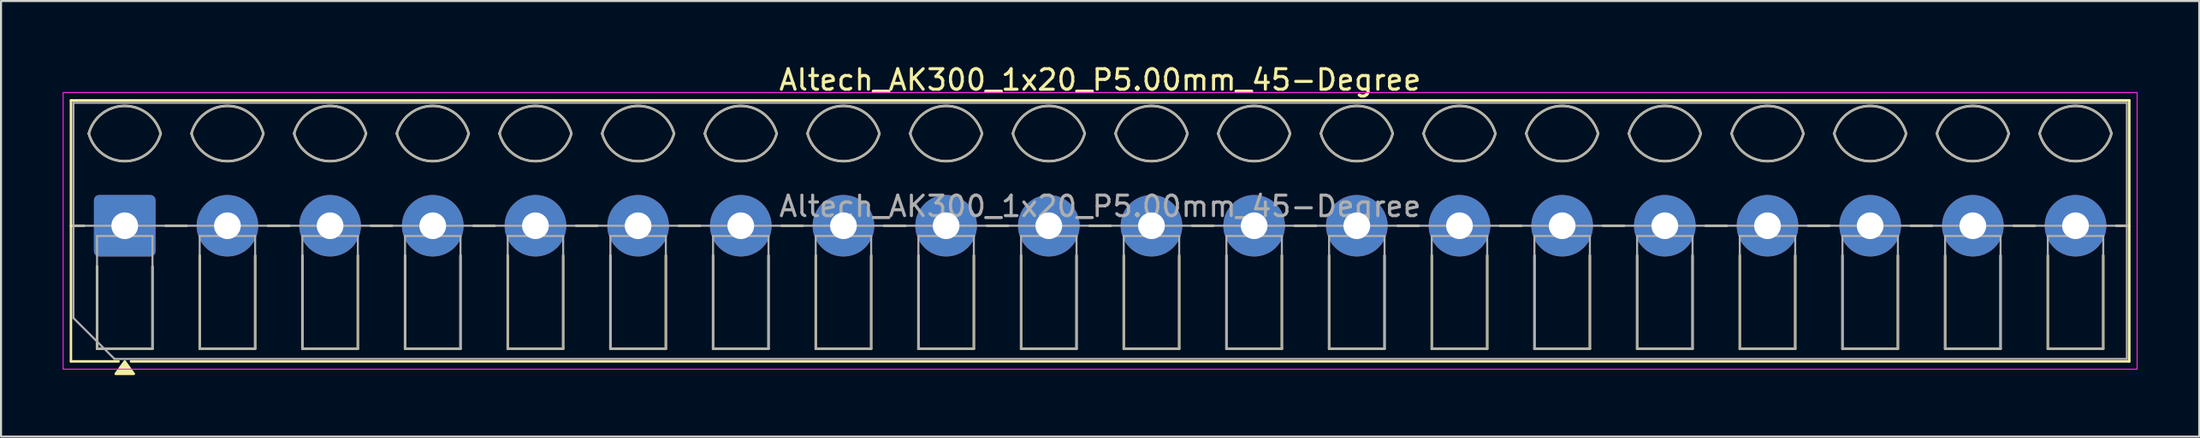
<source format=kicad_pcb>
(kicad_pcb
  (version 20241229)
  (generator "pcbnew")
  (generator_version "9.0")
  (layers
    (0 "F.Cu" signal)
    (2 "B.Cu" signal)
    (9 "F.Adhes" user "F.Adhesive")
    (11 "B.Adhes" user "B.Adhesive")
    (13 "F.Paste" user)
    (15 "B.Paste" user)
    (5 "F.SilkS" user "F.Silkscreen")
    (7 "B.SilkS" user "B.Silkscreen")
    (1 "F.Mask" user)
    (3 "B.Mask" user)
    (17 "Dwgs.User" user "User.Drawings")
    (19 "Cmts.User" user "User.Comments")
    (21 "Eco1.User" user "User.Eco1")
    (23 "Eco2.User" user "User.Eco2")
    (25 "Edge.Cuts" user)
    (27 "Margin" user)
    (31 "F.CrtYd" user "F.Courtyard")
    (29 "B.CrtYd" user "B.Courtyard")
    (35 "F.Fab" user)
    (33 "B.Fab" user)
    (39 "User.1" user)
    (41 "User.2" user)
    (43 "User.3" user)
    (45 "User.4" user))
  (footprint "Altech_AK300_1x20_P5.00mm_45-Degree"
    (layer "F.Cu")
    (at 3.025 7.968)
    (property "Reference" "Altech_AK300_1x20_P5.00mm_45-Degree" (at 47.5 -7.12 0) (layer "F.SilkS") (effects (font (size 1 1) (thickness 0.15))))
    (attr through_hole)
    (fp_line (start -2.62 -6.12) (end 97.62 -6.12) (stroke (width 0.12) (type solid)) (layer "F.SilkS"))
    (fp_line (start -2.62 0) (end -1.98 0) (stroke (width 0.12) (type solid)) (layer "F.SilkS"))
    (fp_line (start -2.62 6.62) (end -2.62 -6.12) (stroke (width 0.12) (type solid)) (layer "F.SilkS"))
    (fp_line (start -1.35 6) (end -1.35 1.98) (stroke (width 0.12) (type solid)) (layer "F.SilkS"))
    (fp_line (start -0.3 6.62) (end -2.62 6.62) (stroke (width 0.12) (type solid)) (layer "F.SilkS"))
    (fp_line (start 1.35 1.98) (end 1.35 6) (stroke (width 0.12) (type solid)) (layer "F.SilkS"))
    (fp_line (start 1.35 6) (end -1.35 6) (stroke (width 0.12) (type solid)) (layer "F.SilkS"))
    (fp_line (start 1.98 0) (end 3.02 0) (stroke (width 0.12) (type solid)) (layer "F.SilkS"))
    (fp_line (start 3.65 6) (end 3.65 1.448) (stroke (width 0.12) (type solid)) (layer "F.SilkS"))
    (fp_line (start 6.35 1.448) (end 6.35 6) (stroke (width 0.12) (type solid)) (layer "F.SilkS"))
    (fp_line (start 6.35 6) (end 3.65 6) (stroke (width 0.12) (type solid)) (layer "F.SilkS"))
    (fp_line (start 6.98 0) (end 8.02 0) (stroke (width 0.12) (type solid)) (layer "F.SilkS"))
    (fp_line (start 8.65 6) (end 8.65 1.448) (stroke (width 0.12) (type solid)) (layer "F.SilkS"))
    (fp_line (start 11.35 1.448) (end 11.35 6) (stroke (width 0.12) (type solid)) (layer "F.SilkS"))
    (fp_line (start 11.35 6) (end 8.65 6) (stroke (width 0.12) (type solid)) (layer "F.SilkS"))
    (fp_line (start 11.98 0) (end 13.02 0) (stroke (width 0.12) (type solid)) (layer "F.SilkS"))
    (fp_line (start 13.65 6) (end 13.65 1.448) (stroke (width 0.12) (type solid)) (layer "F.SilkS"))
    (fp_line (start 16.35 1.448) (end 16.35 6) (stroke (width 0.12) (type solid)) (layer "F.SilkS"))
    (fp_line (start 16.35 6) (end 13.65 6) (stroke (width 0.12) (type solid)) (layer "F.SilkS"))
    (fp_line (start 16.98 0) (end 18.02 0) (stroke (width 0.12) (type solid)) (layer "F.SilkS"))
    (fp_line (start 18.65 6) (end 18.65 1.448) (stroke (width 0.12) (type solid)) (layer "F.SilkS"))
    (fp_line (start 21.35 1.448) (end 21.35 6) (stroke (width 0.12) (type solid)) (layer "F.SilkS"))
    (fp_line (start 21.35 6) (end 18.65 6) (stroke (width 0.12) (type solid)) (layer "F.SilkS"))
    (fp_line (start 21.98 0) (end 23.02 0) (stroke (width 0.12) (type solid)) (layer "F.SilkS"))
    (fp_line (start 23.65 6) (end 23.65 1.448) (stroke (width 0.12) (type solid)) (layer "F.SilkS"))
    (fp_line (start 26.35 1.448) (end 26.35 6) (stroke (width 0.12) (type solid)) (layer "F.SilkS"))
    (fp_line (start 26.35 6) (end 23.65 6) (stroke (width 0.12) (type solid)) (layer "F.SilkS"))
    (fp_line (start 26.98 0) (end 28.02 0) (stroke (width 0.12) (type solid)) (layer "F.SilkS"))
    (fp_line (start 28.65 6) (end 28.65 1.448) (stroke (width 0.12) (type solid)) (layer "F.SilkS"))
    (fp_line (start 31.35 1.448) (end 31.35 6) (stroke (width 0.12) (type solid)) (layer "F.SilkS"))
    (fp_line (start 31.35 6) (end 28.65 6) (stroke (width 0.12) (type solid)) (layer "F.SilkS"))
    (fp_line (start 31.98 0) (end 33.02 0) (stroke (width 0.12) (type solid)) (layer "F.SilkS"))
    (fp_line (start 33.65 6) (end 33.65 1.448) (stroke (width 0.12) (type solid)) (layer "F.SilkS"))
    (fp_line (start 36.35 1.448) (end 36.35 6) (stroke (width 0.12) (type solid)) (layer "F.SilkS"))
    (fp_line (start 36.35 6) (end 33.65 6) (stroke (width 0.12) (type solid)) (layer "F.SilkS"))
    (fp_line (start 36.98 0) (end 38.02 0) (stroke (width 0.12) (type solid)) (layer "F.SilkS"))
    (fp_line (start 38.65 6) (end 38.65 1.448) (stroke (width 0.12) (type solid)) (layer "F.SilkS"))
    (fp_line (start 41.35 1.448) (end 41.35 6) (stroke (width 0.12) (type solid)) (layer "F.SilkS"))
    (fp_line (start 41.35 6) (end 38.65 6) (stroke (width 0.12) (type solid)) (layer "F.SilkS"))
    (fp_line (start 41.98 0) (end 43.02 0) (stroke (width 0.12) (type solid)) (layer "F.SilkS"))
    (fp_line (start 43.65 6) (end 43.65 1.448) (stroke (width 0.12) (type solid)) (layer "F.SilkS"))
    (fp_line (start 46.35 1.448) (end 46.35 6) (stroke (width 0.12) (type solid)) (layer "F.SilkS"))
    (fp_line (start 46.35 6) (end 43.65 6) (stroke (width 0.12) (type solid)) (layer "F.SilkS"))
    (fp_line (start 46.98 0) (end 48.02 0) (stroke (width 0.12) (type solid)) (layer "F.SilkS"))
    (fp_line (start 48.65 6) (end 48.65 1.448) (stroke (width 0.12) (type solid)) (layer "F.SilkS"))
    (fp_line (start 51.35 1.448) (end 51.35 6) (stroke (width 0.12) (type solid)) (layer "F.SilkS"))
    (fp_line (start 51.35 6) (end 48.65 6) (stroke (width 0.12) (type solid)) (layer "F.SilkS"))
    (fp_line (start 51.98 0) (end 53.02 0) (stroke (width 0.12) (type solid)) (layer "F.SilkS"))
    (fp_line (start 53.65 6) (end 53.65 1.448) (stroke (width 0.12) (type solid)) (layer "F.SilkS"))
    (fp_line (start 56.35 1.448) (end 56.35 6) (stroke (width 0.12) (type solid)) (layer "F.SilkS"))
    (fp_line (start 56.35 6) (end 53.65 6) (stroke (width 0.12) (type solid)) (layer "F.SilkS"))
    (fp_line (start 56.98 0) (end 58.02 0) (stroke (width 0.12) (type solid)) (layer "F.SilkS"))
    (fp_line (start 58.65 6) (end 58.65 1.448) (stroke (width 0.12) (type solid)) (layer "F.SilkS"))
    (fp_line (start 61.35 1.448) (end 61.35 6) (stroke (width 0.12) (type solid)) (layer "F.SilkS"))
    (fp_line (start 61.35 6) (end 58.65 6) (stroke (width 0.12) (type solid)) (layer "F.SilkS"))
    (fp_line (start 61.98 0) (end 63.02 0) (stroke (width 0.12) (type solid)) (layer "F.SilkS"))
    (fp_line (start 63.65 6) (end 63.65 1.448) (stroke (width 0.12) (type solid)) (layer "F.SilkS"))
    (fp_line (start 66.35 1.448) (end 66.35 6) (stroke (width 0.12) (type solid)) (layer "F.SilkS"))
    (fp_line (start 66.35 6) (end 63.65 6) (stroke (width 0.12) (type solid)) (layer "F.SilkS"))
    (fp_line (start 66.98 0) (end 68.02 0) (stroke (width 0.12) (type solid)) (layer "F.SilkS"))
    (fp_line (start 68.65 6) (end 68.65 1.448) (stroke (width 0.12) (type solid)) (layer "F.SilkS"))
    (fp_line (start 71.35 1.448) (end 71.35 6) (stroke (width 0.12) (type solid)) (layer "F.SilkS"))
    (fp_line (start 71.35 6) (end 68.65 6) (stroke (width 0.12) (type solid)) (layer "F.SilkS"))
    (fp_line (start 71.98 0) (end 73.02 0) (stroke (width 0.12) (type solid)) (layer "F.SilkS"))
    (fp_line (start 73.65 6) (end 73.65 1.448) (stroke (width 0.12) (type solid)) (layer "F.SilkS"))
    (fp_line (start 76.35 1.448) (end 76.35 6) (stroke (width 0.12) (type solid)) (layer "F.SilkS"))
    (fp_line (start 76.35 6) (end 73.65 6) (stroke (width 0.12) (type solid)) (layer "F.SilkS"))
    (fp_line (start 76.98 0) (end 78.02 0) (stroke (width 0.12) (type solid)) (layer "F.SilkS"))
    (fp_line (start 78.65 6) (end 78.65 1.448) (stroke (width 0.12) (type solid)) (layer "F.SilkS"))
    (fp_line (start 81.35 1.448) (end 81.35 6) (stroke (width 0.12) (type solid)) (layer "F.SilkS"))
    (fp_line (start 81.35 6) (end 78.65 6) (stroke (width 0.12) (type solid)) (layer "F.SilkS"))
    (fp_line (start 81.98 0) (end 83.02 0) (stroke (width 0.12) (type solid)) (layer "F.SilkS"))
    (fp_line (start 83.65 6) (end 83.65 1.448) (stroke (width 0.12) (type solid)) (layer "F.SilkS"))
    (fp_line (start 86.35 1.448) (end 86.35 6) (stroke (width 0.12) (type solid)) (layer "F.SilkS"))
    (fp_line (start 86.35 6) (end 83.65 6) (stroke (width 0.12) (type solid)) (layer "F.SilkS"))
    (fp_line (start 86.98 0) (end 88.02 0) (stroke (width 0.12) (type solid)) (layer "F.SilkS"))
    (fp_line (start 88.65 6) (end 88.65 1.448) (stroke (width 0.12) (type solid)) (layer "F.SilkS"))
    (fp_line (start 91.35 1.448) (end 91.35 6) (stroke (width 0.12) (type solid)) (layer "F.SilkS"))
    (fp_line (start 91.35 6) (end 88.65 6) (stroke (width 0.12) (type solid)) (layer "F.SilkS"))
    (fp_line (start 91.98 0) (end 93.02 0) (stroke (width 0.12) (type solid)) (layer "F.SilkS"))
    (fp_line (start 93.65 6) (end 93.65 1.448) (stroke (width 0.12) (type solid)) (layer "F.SilkS"))
    (fp_line (start 96.35 1.448) (end 96.35 6) (stroke (width 0.12) (type solid)) (layer "F.SilkS"))
    (fp_line (start 96.35 6) (end 93.65 6) (stroke (width 0.12) (type solid)) (layer "F.SilkS"))
    (fp_line (start 96.98 0) (end 97.62 0) (stroke (width 0.12) (type solid)) (layer "F.SilkS"))
    (fp_line (start 97.62 -6.12) (end 97.62 6.62) (stroke (width 0.12) (type solid)) (layer "F.SilkS"))
    (fp_line (start 97.62 6.62) (end 0.3 6.62) (stroke (width 0.12) (type solid)) (layer "F.SilkS"))
    (fp_arc (start -1.75 -4.5) (mid 0 -5.85) (end 1.75 -4.5) (stroke (width 0.12) (type solid)) (layer "F.SilkS"))
    (fp_arc (start 1.75 -4.5) (mid 0 -3.15) (end -1.75 -4.5) (stroke (width 0.12) (type solid)) (layer "F.SilkS"))
    (fp_arc (start 3.25 -4.5) (mid 5 -5.85) (end 6.75 -4.5) (stroke (width 0.12) (type solid)) (layer "F.SilkS"))
    (fp_arc (start 6.75 -4.5) (mid 5 -3.15) (end 3.25 -4.5) (stroke (width 0.12) (type solid)) (layer "F.SilkS"))
    (fp_arc (start 8.25 -4.5) (mid 10 -5.85) (end 11.75 -4.5) (stroke (width 0.12) (type solid)) (layer "F.SilkS"))
    (fp_arc (start 11.75 -4.5) (mid 10 -3.15) (end 8.25 -4.5) (stroke (width 0.12) (type solid)) (layer "F.SilkS"))
    (fp_arc (start 13.25 -4.5) (mid 15 -5.85) (end 16.75 -4.5) (stroke (width 0.12) (type solid)) (layer "F.SilkS"))
    (fp_arc (start 16.75 -4.5) (mid 15 -3.15) (end 13.25 -4.5) (stroke (width 0.12) (type solid)) (layer "F.SilkS"))
    (fp_arc (start 18.25 -4.5) (mid 20 -5.85) (end 21.75 -4.5) (stroke (width 0.12) (type solid)) (layer "F.SilkS"))
    (fp_arc (start 21.75 -4.5) (mid 20 -3.15) (end 18.25 -4.5) (stroke (width 0.12) (type solid)) (layer "F.SilkS"))
    (fp_arc (start 23.25 -4.5) (mid 25 -5.85) (end 26.75 -4.5) (stroke (width 0.12) (type solid)) (layer "F.SilkS"))
    (fp_arc (start 26.75 -4.5) (mid 25 -3.15) (end 23.25 -4.5) (stroke (width 0.12) (type solid)) (layer "F.SilkS"))
    (fp_arc (start 28.25 -4.5) (mid 30 -5.85) (end 31.75 -4.5) (stroke (width 0.12) (type solid)) (layer "F.SilkS"))
    (fp_arc (start 31.75 -4.5) (mid 30 -3.15) (end 28.25 -4.5) (stroke (width 0.12) (type solid)) (layer "F.SilkS"))
    (fp_arc (start 33.25 -4.5) (mid 35 -5.85) (end 36.75 -4.5) (stroke (width 0.12) (type solid)) (layer "F.SilkS"))
    (fp_arc (start 36.75 -4.5) (mid 35 -3.15) (end 33.25 -4.5) (stroke (width 0.12) (type solid)) (layer "F.SilkS"))
    (fp_arc (start 38.25 -4.5) (mid 40 -5.85) (end 41.75 -4.5) (stroke (width 0.12) (type solid)) (layer "F.SilkS"))
    (fp_arc (start 41.75 -4.5) (mid 40 -3.15) (end 38.25 -4.5) (stroke (width 0.12) (type solid)) (layer "F.SilkS"))
    (fp_arc (start 43.25 -4.5) (mid 45 -5.85) (end 46.75 -4.5) (stroke (width 0.12) (type solid)) (layer "F.SilkS"))
    (fp_arc (start 46.75 -4.5) (mid 45 -3.15) (end 43.25 -4.5) (stroke (width 0.12) (type solid)) (layer "F.SilkS"))
    (fp_arc (start 48.25 -4.5) (mid 50 -5.85) (end 51.75 -4.5) (stroke (width 0.12) (type solid)) (layer "F.SilkS"))
    (fp_arc (start 51.75 -4.5) (mid 50 -3.15) (end 48.25 -4.5) (stroke (width 0.12) (type solid)) (layer "F.SilkS"))
    (fp_arc (start 53.25 -4.5) (mid 55 -5.85) (end 56.75 -4.5) (stroke (width 0.12) (type solid)) (layer "F.SilkS"))
    (fp_arc (start 56.75 -4.5) (mid 55 -3.15) (end 53.25 -4.5) (stroke (width 0.12) (type solid)) (layer "F.SilkS"))
    (fp_arc (start 58.25 -4.5) (mid 60 -5.85) (end 61.75 -4.5) (stroke (width 0.12) (type solid)) (layer "F.SilkS"))
    (fp_arc (start 61.75 -4.5) (mid 60 -3.15) (end 58.25 -4.5) (stroke (width 0.12) (type solid)) (layer "F.SilkS"))
    (fp_arc (start 63.25 -4.5) (mid 65 -5.85) (end 66.75 -4.5) (stroke (width 0.12) (type solid)) (layer "F.SilkS"))
    (fp_arc (start 66.75 -4.5) (mid 65 -3.15) (end 63.25 -4.5) (stroke (width 0.12) (type solid)) (layer "F.SilkS"))
    (fp_arc (start 68.25 -4.5) (mid 70 -5.85) (end 71.75 -4.5) (stroke (width 0.12) (type solid)) (layer "F.SilkS"))
    (fp_arc (start 71.75 -4.5) (mid 70 -3.15) (end 68.25 -4.5) (stroke (width 0.12) (type solid)) (layer "F.SilkS"))
    (fp_arc (start 73.25 -4.5) (mid 75 -5.85) (end 76.75 -4.5) (stroke (width 0.12) (type solid)) (layer "F.SilkS"))
    (fp_arc (start 76.75 -4.5) (mid 75 -3.15) (end 73.25 -4.5) (stroke (width 0.12) (type solid)) (layer "F.SilkS"))
    (fp_arc (start 78.25 -4.5) (mid 80 -5.85) (end 81.75 -4.5) (stroke (width 0.12) (type solid)) (layer "F.SilkS"))
    (fp_arc (start 81.75 -4.5) (mid 80 -3.15) (end 78.25 -4.5) (stroke (width 0.12) (type solid)) (layer "F.SilkS"))
    (fp_arc (start 83.25 -4.5) (mid 85 -5.85) (end 86.75 -4.5) (stroke (width 0.12) (type solid)) (layer "F.SilkS"))
    (fp_arc (start 86.75 -4.5) (mid 85 -3.15) (end 83.25 -4.5) (stroke (width 0.12) (type solid)) (layer "F.SilkS"))
    (fp_arc (start 88.25 -4.5) (mid 90 -5.85) (end 91.75 -4.5) (stroke (width 0.12) (type solid)) (layer "F.SilkS"))
    (fp_arc (start 91.75 -4.5) (mid 90 -3.15) (end 88.25 -4.5) (stroke (width 0.12) (type solid)) (layer "F.SilkS"))
    (fp_arc (start 93.25 -4.5) (mid 95 -5.85) (end 96.75 -4.5) (stroke (width 0.12) (type solid)) (layer "F.SilkS"))
    (fp_arc (start 96.75 -4.5) (mid 95 -3.15) (end 93.25 -4.5) (stroke (width 0.12) (type solid)) (layer "F.SilkS"))
    (fp_poly (pts (xy 0 6.62) (xy 0.44 7.23) (xy -0.44 7.23)) (stroke (width 0.12) (type solid)) (fill yes) (layer "F.SilkS"))
    (fp_line (start -3 -6.5) (end -3 7) (stroke (width 0.05) (type solid)) (layer "F.CrtYd"))
    (fp_line (start -3 7) (end 98 7) (stroke (width 0.05) (type solid)) (layer "F.CrtYd"))
    (fp_line (start 98 -6.5) (end -3 -6.5) (stroke (width 0.05) (type solid)) (layer "F.CrtYd"))
    (fp_line (start 98 7) (end 98 -6.5) (stroke (width 0.05) (type solid)) (layer "F.CrtYd"))
    (fp_line (start -2.5 -6) (end 97.5 -6) (stroke (width 0.1) (type solid)) (layer "F.Fab"))
    (fp_line (start -2.5 0) (end 97.5 0) (stroke (width 0.1) (type solid)) (layer "F.Fab"))
    (fp_line (start -2.5 4.5) (end -2.5 -6) (stroke (width 0.1) (type solid)) (layer "F.Fab"))
    (fp_line (start -1.35 0.5) (end -1.35 6) (stroke (width 0.1) (type solid)) (layer "F.Fab"))
    (fp_line (start -1.35 6) (end 1.35 6) (stroke (width 0.1) (type solid)) (layer "F.Fab"))
    (fp_line (start -0.5 6.5) (end -2.5 4.5) (stroke (width 0.1) (type solid)) (layer "F.Fab"))
    (fp_line (start 1.35 0.5) (end -1.35 0.5) (stroke (width 0.1) (type solid)) (layer "F.Fab"))
    (fp_line (start 1.35 6) (end 1.35 0.5) (stroke (width 0.1) (type solid)) (layer "F.Fab"))
    (fp_line (start 3.65 0.5) (end 3.65 6) (stroke (width 0.1) (type solid)) (layer "F.Fab"))
    (fp_line (start 3.65 6) (end 6.35 6) (stroke (width 0.1) (type solid)) (layer "F.Fab"))
    (fp_line (start 6.35 0.5) (end 3.65 0.5) (stroke (width 0.1) (type solid)) (layer "F.Fab"))
    (fp_line (start 6.35 6) (end 6.35 0.5) (stroke (width 0.1) (type solid)) (layer "F.Fab"))
    (fp_line (start 8.65 0.5) (end 8.65 6) (stroke (width 0.1) (type solid)) (layer "F.Fab"))
    (fp_line (start 8.65 6) (end 11.351 6) (stroke (width 0.1) (type solid)) (layer "F.Fab"))
    (fp_line (start 11.351 0.5) (end 8.65 0.5) (stroke (width 0.1) (type solid)) (layer "F.Fab"))
    (fp_line (start 11.351 6) (end 11.351 0.5) (stroke (width 0.1) (type solid)) (layer "F.Fab"))
    (fp_line (start 13.65 0.5) (end 13.65 6) (stroke (width 0.1) (type solid)) (layer "F.Fab"))
    (fp_line (start 13.65 6) (end 16.351 6) (stroke (width 0.1) (type solid)) (layer "F.Fab"))
    (fp_line (start 16.351 0.5) (end 13.65 0.5) (stroke (width 0.1) (type solid)) (layer "F.Fab"))
    (fp_line (start 16.351 6) (end 16.351 0.5) (stroke (width 0.1) (type solid)) (layer "F.Fab"))
    (fp_line (start 18.65 0.5) (end 18.65 6) (stroke (width 0.1) (type solid)) (layer "F.Fab"))
    (fp_line (start 18.65 6) (end 21.35 6) (stroke (width 0.1) (type solid)) (layer "F.Fab"))
    (fp_line (start 21.35 0.5) (end 18.65 0.5) (stroke (width 0.1) (type solid)) (layer "F.Fab"))
    (fp_line (start 21.35 6) (end 21.35 0.5) (stroke (width 0.1) (type solid)) (layer "F.Fab"))
    (fp_line (start 23.65 0.5) (end 23.65 6) (stroke (width 0.1) (type solid)) (layer "F.Fab"))
    (fp_line (start 23.65 6) (end 26.35 6) (stroke (width 0.1) (type solid)) (layer "F.Fab"))
    (fp_line (start 26.35 0.5) (end 23.65 0.5) (stroke (width 0.1) (type solid)) (layer "F.Fab"))
    (fp_line (start 26.35 6) (end 26.35 0.5) (stroke (width 0.1) (type solid)) (layer "F.Fab"))
    (fp_line (start 28.65 0.5) (end 28.65 6) (stroke (width 0.1) (type solid)) (layer "F.Fab"))
    (fp_line (start 28.65 6) (end 31.35 6) (stroke (width 0.1) (type solid)) (layer "F.Fab"))
    (fp_line (start 31.35 0.5) (end 28.65 0.5) (stroke (width 0.1) (type solid)) (layer "F.Fab"))
    (fp_line (start 31.35 6) (end 31.35 0.5) (stroke (width 0.1) (type solid)) (layer "F.Fab"))
    (fp_line (start 33.65 0.5) (end 33.65 6) (stroke (width 0.1) (type solid)) (layer "F.Fab"))
    (fp_line (start 33.65 6) (end 36.35 6) (stroke (width 0.1) (type solid)) (layer "F.Fab"))
    (fp_line (start 36.35 0.5) (end 33.65 0.5) (stroke (width 0.1) (type solid)) (layer "F.Fab"))
    (fp_line (start 36.35 6) (end 36.35 0.5) (stroke (width 0.1) (type solid)) (layer "F.Fab"))
    (fp_line (start 38.65 0.5) (end 38.65 6) (stroke (width 0.1) (type solid)) (layer "F.Fab"))
    (fp_line (start 38.65 6) (end 41.35 6) (stroke (width 0.1) (type solid)) (layer "F.Fab"))
    (fp_line (start 41.35 0.5) (end 38.65 0.5) (stroke (width 0.1) (type solid)) (layer "F.Fab"))
    (fp_line (start 41.35 6) (end 41.35 0.5) (stroke (width 0.1) (type solid)) (layer "F.Fab"))
    (fp_line (start 43.65 0.5) (end 43.65 6) (stroke (width 0.1) (type solid)) (layer "F.Fab"))
    (fp_line (start 43.65 6) (end 46.35 6) (stroke (width 0.1) (type solid)) (layer "F.Fab"))
    (fp_line (start 46.35 0.5) (end 43.65 0.5) (stroke (width 0.1) (type solid)) (layer "F.Fab"))
    (fp_line (start 46.35 6) (end 46.35 0.5) (stroke (width 0.1) (type solid)) (layer "F.Fab"))
    (fp_line (start 48.65 0.5) (end 48.65 6) (stroke (width 0.1) (type solid)) (layer "F.Fab"))
    (fp_line (start 48.65 6) (end 51.35 6) (stroke (width 0.1) (type solid)) (layer "F.Fab"))
    (fp_line (start 51.35 0.5) (end 48.65 0.5) (stroke (width 0.1) (type solid)) (layer "F.Fab"))
    (fp_line (start 51.35 6) (end 51.35 0.5) (stroke (width 0.1) (type solid)) (layer "F.Fab"))
    (fp_line (start 53.65 0.5) (end 53.65 6) (stroke (width 0.1) (type solid)) (layer "F.Fab"))
    (fp_line (start 53.65 6) (end 56.35 6) (stroke (width 0.1) (type solid)) (layer "F.Fab"))
    (fp_line (start 56.35 0.5) (end 53.65 0.5) (stroke (width 0.1) (type solid)) (layer "F.Fab"))
    (fp_line (start 56.35 6) (end 56.35 0.5) (stroke (width 0.1) (type solid)) (layer "F.Fab"))
    (fp_line (start 58.65 0.5) (end 58.65 6) (stroke (width 0.1) (type solid)) (layer "F.Fab"))
    (fp_line (start 58.65 6) (end 61.35 6) (stroke (width 0.1) (type solid)) (layer "F.Fab"))
    (fp_line (start 61.35 0.5) (end 58.65 0.5) (stroke (width 0.1) (type solid)) (layer "F.Fab"))
    (fp_line (start 61.35 6) (end 61.35 0.5) (stroke (width 0.1) (type solid)) (layer "F.Fab"))
    (fp_line (start 63.65 0.5) (end 63.65 6) (stroke (width 0.1) (type solid)) (layer "F.Fab"))
    (fp_line (start 63.65 6) (end 66.35 6) (stroke (width 0.1) (type solid)) (layer "F.Fab"))
    (fp_line (start 66.35 0.5) (end 63.65 0.5) (stroke (width 0.1) (type solid)) (layer "F.Fab"))
    (fp_line (start 66.35 6) (end 66.35 0.5) (stroke (width 0.1) (type solid)) (layer "F.Fab"))
    (fp_line (start 68.65 0.5) (end 68.65 6) (stroke (width 0.1) (type solid)) (layer "F.Fab"))
    (fp_line (start 68.65 6) (end 71.35 6) (stroke (width 0.1) (type solid)) (layer "F.Fab"))
    (fp_line (start 71.35 0.5) (end 68.65 0.5) (stroke (width 0.1) (type solid)) (layer "F.Fab"))
    (fp_line (start 71.35 6) (end 71.35 0.5) (stroke (width 0.1) (type solid)) (layer "F.Fab"))
    (fp_line (start 73.65 0.5) (end 73.65 6) (stroke (width 0.1) (type solid)) (layer "F.Fab"))
    (fp_line (start 73.65 6) (end 76.35 6) (stroke (width 0.1) (type solid)) (layer "F.Fab"))
    (fp_line (start 76.35 0.5) (end 73.65 0.5) (stroke (width 0.1) (type solid)) (layer "F.Fab"))
    (fp_line (start 76.35 6) (end 76.35 0.5) (stroke (width 0.1) (type solid)) (layer "F.Fab"))
    (fp_line (start 78.65 0.5) (end 78.65 6) (stroke (width 0.1) (type solid)) (layer "F.Fab"))
    (fp_line (start 78.65 6) (end 81.35 6) (stroke (width 0.1) (type solid)) (layer "F.Fab"))
    (fp_line (start 81.35 0.5) (end 78.65 0.5) (stroke (width 0.1) (type solid)) (layer "F.Fab"))
    (fp_line (start 81.35 6) (end 81.35 0.5) (stroke (width 0.1) (type solid)) (layer "F.Fab"))
    (fp_line (start 83.65 0.5) (end 83.65 6) (stroke (width 0.1) (type solid)) (layer "F.Fab"))
    (fp_line (start 83.65 6) (end 86.35 6) (stroke (width 0.1) (type solid)) (layer "F.Fab"))
    (fp_line (start 86.35 0.5) (end 83.65 0.5) (stroke (width 0.1) (type solid)) (layer "F.Fab"))
    (fp_line (start 86.35 6) (end 86.35 0.5) (stroke (width 0.1) (type solid)) (layer "F.Fab"))
    (fp_line (start 88.65 0.5) (end 88.65 6) (stroke (width 0.1) (type solid)) (layer "F.Fab"))
    (fp_line (start 88.65 6) (end 91.35 6) (stroke (width 0.1) (type solid)) (layer "F.Fab"))
    (fp_line (start 91.35 0.5) (end 88.65 0.5) (stroke (width 0.1) (type solid)) (layer "F.Fab"))
    (fp_line (start 91.35 6) (end 91.35 0.5) (stroke (width 0.1) (type solid)) (layer "F.Fab"))
    (fp_line (start 93.65 0.5) (end 93.65 6) (stroke (width 0.1) (type solid)) (layer "F.Fab"))
    (fp_line (start 93.65 6) (end 96.35 6) (stroke (width 0.1) (type solid)) (layer "F.Fab"))
    (fp_line (start 96.35 0.5) (end 93.65 0.5) (stroke (width 0.1) (type solid)) (layer "F.Fab"))
    (fp_line (start 96.35 6) (end 96.35 0.5) (stroke (width 0.1) (type solid)) (layer "F.Fab"))
    (fp_line (start 97.5 -6) (end 97.5 6.5) (stroke (width 0.1) (type solid)) (layer "F.Fab"))
    (fp_line (start 97.5 6.5) (end -0.5 6.5) (stroke (width 0.1) (type solid)) (layer "F.Fab"))
    (fp_arc (start -1.75 -4.5) (mid 0 -5.85) (end 1.75 -4.5) (stroke (width 0.1) (type solid)) (layer "F.Fab"))
    (fp_arc (start 1.75 -4.5) (mid 0 -3.15) (end -1.75 -4.5) (stroke (width 0.1) (type solid)) (layer "F.Fab"))
    (fp_arc (start 3.25 -4.5) (mid 5 -5.85) (end 6.75 -4.5) (stroke (width 0.1) (type solid)) (layer "F.Fab"))
    (fp_arc (start 6.75 -4.5) (mid 5 -3.15) (end 3.25 -4.5) (stroke (width 0.1) (type solid)) (layer "F.Fab"))
    (fp_arc (start 8.25 -4.5) (mid 10 -5.85) (end 11.75 -4.5) (stroke (width 0.1) (type solid)) (layer "F.Fab"))
    (fp_arc (start 11.75 -4.5) (mid 10 -3.15) (end 8.25 -4.5) (stroke (width 0.1) (type solid)) (layer "F.Fab"))
    (fp_arc (start 13.25 -4.5) (mid 15 -5.85) (end 16.75 -4.5) (stroke (width 0.1) (type solid)) (layer "F.Fab"))
    (fp_arc (start 16.75 -4.5) (mid 15 -3.15) (end 13.25 -4.5) (stroke (width 0.1) (type solid)) (layer "F.Fab"))
    (fp_arc (start 18.25 -4.5) (mid 20 -5.85) (end 21.75 -4.5) (stroke (width 0.1) (type solid)) (layer "F.Fab"))
    (fp_arc (start 21.75 -4.5) (mid 20 -3.15) (end 18.25 -4.5) (stroke (width 0.1) (type solid)) (layer "F.Fab"))
    (fp_arc (start 23.25 -4.5) (mid 25 -5.85) (end 26.75 -4.5) (stroke (width 0.1) (type solid)) (layer "F.Fab"))
    (fp_arc (start 26.75 -4.5) (mid 25 -3.15) (end 23.25 -4.5) (stroke (width 0.1) (type solid)) (layer "F.Fab"))
    (fp_arc (start 28.25 -4.5) (mid 30 -5.85) (end 31.75 -4.5) (stroke (width 0.1) (type solid)) (layer "F.Fab"))
    (fp_arc (start 31.75 -4.5) (mid 30 -3.15) (end 28.25 -4.5) (stroke (width 0.1) (type solid)) (layer "F.Fab"))
    (fp_arc (start 33.25 -4.5) (mid 35 -5.85) (end 36.75 -4.5) (stroke (width 0.1) (type solid)) (layer "F.Fab"))
    (fp_arc (start 36.75 -4.5) (mid 35 -3.15) (end 33.25 -4.5) (stroke (width 0.1) (type solid)) (layer "F.Fab"))
    (fp_arc (start 38.25 -4.5) (mid 40 -5.85) (end 41.75 -4.5) (stroke (width 0.1) (type solid)) (layer "F.Fab"))
    (fp_arc (start 41.75 -4.5) (mid 40 -3.15) (end 38.25 -4.5) (stroke (width 0.1) (type solid)) (layer "F.Fab"))
    (fp_arc (start 43.25 -4.5) (mid 45 -5.85) (end 46.75 -4.5) (stroke (width 0.1) (type solid)) (layer "F.Fab"))
    (fp_arc (start 46.75 -4.5) (mid 45 -3.15) (end 43.25 -4.5) (stroke (width 0.1) (type solid)) (layer "F.Fab"))
    (fp_arc (start 48.25 -4.5) (mid 50 -5.85) (end 51.75 -4.5) (stroke (width 0.1) (type solid)) (layer "F.Fab"))
    (fp_arc (start 51.75 -4.5) (mid 50 -3.15) (end 48.25 -4.5) (stroke (width 0.1) (type solid)) (layer "F.Fab"))
    (fp_arc (start 53.25 -4.5) (mid 55 -5.85) (end 56.75 -4.5) (stroke (width 0.1) (type solid)) (layer "F.Fab"))
    (fp_arc (start 56.75 -4.5) (mid 55 -3.15) (end 53.25 -4.5) (stroke (width 0.1) (type solid)) (layer "F.Fab"))
    (fp_arc (start 58.25 -4.5) (mid 60 -5.85) (end 61.75 -4.5) (stroke (width 0.1) (type solid)) (layer "F.Fab"))
    (fp_arc (start 61.75 -4.5) (mid 60 -3.15) (end 58.25 -4.5) (stroke (width 0.1) (type solid)) (layer "F.Fab"))
    (fp_arc (start 63.25 -4.5) (mid 65 -5.85) (end 66.75 -4.5) (stroke (width 0.1) (type solid)) (layer "F.Fab"))
    (fp_arc (start 66.75 -4.5) (mid 65 -3.15) (end 63.25 -4.5) (stroke (width 0.1) (type solid)) (layer "F.Fab"))
    (fp_arc (start 68.25 -4.5) (mid 70 -5.85) (end 71.75 -4.5) (stroke (width 0.1) (type solid)) (layer "F.Fab"))
    (fp_arc (start 71.75 -4.5) (mid 70 -3.15) (end 68.25 -4.5) (stroke (width 0.1) (type solid)) (layer "F.Fab"))
    (fp_arc (start 73.25 -4.5) (mid 75 -5.85) (end 76.75 -4.5) (stroke (width 0.1) (type solid)) (layer "F.Fab"))
    (fp_arc (start 76.75 -4.5) (mid 75 -3.15) (end 73.25 -4.5) (stroke (width 0.1) (type solid)) (layer "F.Fab"))
    (fp_arc (start 78.25 -4.5) (mid 80 -5.85) (end 81.75 -4.5) (stroke (width 0.1) (type solid)) (layer "F.Fab"))
    (fp_arc (start 81.75 -4.5) (mid 80 -3.15) (end 78.25 -4.5) (stroke (width 0.1) (type solid)) (layer "F.Fab"))
    (fp_arc (start 83.25 -4.5) (mid 85 -5.85) (end 86.75 -4.5) (stroke (width 0.1) (type solid)) (layer "F.Fab"))
    (fp_arc (start 86.75 -4.5) (mid 85 -3.15) (end 83.25 -4.5) (stroke (width 0.1) (type solid)) (layer "F.Fab"))
    (fp_arc (start 88.25 -4.5) (mid 90 -5.85) (end 91.75 -4.5) (stroke (width 0.1) (type solid)) (layer "F.Fab"))
    (fp_arc (start 91.75 -4.5) (mid 90 -3.15) (end 88.25 -4.5) (stroke (width 0.1) (type solid)) (layer "F.Fab"))
    (fp_arc (start 93.25 -4.5) (mid 95 -5.85) (end 96.75 -4.5) (stroke (width 0.1) (type solid)) (layer "F.Fab"))
    (fp_arc (start 96.75 -4.5) (mid 95 -3.15) (end 93.25 -4.5) (stroke (width 0.1) (type solid)) (layer "F.Fab"))
    (fp_text user "${REFERENCE}" (at 47.5 -0.95 0) (layer "F.Fab") (effects (font (size 1 1) (thickness 0.15))))
    (pad "1" thru_hole roundrect (at 0 0) (size 3 3) (drill 1.3) (layers "*.Cu" "*.Mask") (roundrect_rratio 0.083))
    (pad "2" thru_hole circle (at 5 0) (size 3 3) (drill 1.3) (layers "*.Cu" "*.Mask"))
    (pad "3" thru_hole circle (at 10 0) (size 3 3) (drill 1.3) (layers "*.Cu" "*.Mask"))
    (pad "4" thru_hole circle (at 15 0) (size 3 3) (drill 1.3) (layers "*.Cu" "*.Mask"))
    (pad "5" thru_hole circle (at 20 0) (size 3 3) (drill 1.3) (layers "*.Cu" "*.Mask"))
    (pad "6" thru_hole circle (at 25 0) (size 3 3) (drill 1.3) (layers "*.Cu" "*.Mask"))
    (pad "7" thru_hole circle (at 30 0) (size 3 3) (drill 1.3) (layers "*.Cu" "*.Mask"))
    (pad "8" thru_hole circle (at 35 0) (size 3 3) (drill 1.3) (layers "*.Cu" "*.Mask"))
    (pad "9" thru_hole circle (at 40 0) (size 3 3) (drill 1.3) (layers "*.Cu" "*.Mask"))
    (pad "10" thru_hole circle (at 45 0) (size 3 3) (drill 1.3) (layers "*.Cu" "*.Mask"))
    (pad "11" thru_hole circle (at 50 0) (size 3 3) (drill 1.3) (layers "*.Cu" "*.Mask"))
    (pad "12" thru_hole circle (at 55 0) (size 3 3) (drill 1.3) (layers "*.Cu" "*.Mask"))
    (pad "13" thru_hole circle (at 60 0) (size 3 3) (drill 1.3) (layers "*.Cu" "*.Mask"))
    (pad "14" thru_hole circle (at 65 0) (size 3 3) (drill 1.3) (layers "*.Cu" "*.Mask"))
    (pad "15" thru_hole circle (at 70 0) (size 3 3) (drill 1.3) (layers "*.Cu" "*.Mask"))
    (pad "16" thru_hole circle (at 75 0) (size 3 3) (drill 1.3) (layers "*.Cu" "*.Mask"))
    (pad "17" thru_hole circle (at 80 0) (size 3 3) (drill 1.3) (layers "*.Cu" "*.Mask"))
    (pad "18" thru_hole circle (at 85 0) (size 3 3) (drill 1.3) (layers "*.Cu" "*.Mask"))
    (pad "19" thru_hole circle (at 90 0) (size 3 3) (drill 1.3) (layers "*.Cu" "*.Mask"))
    (pad "20" thru_hole circle (at 95 0) (size 3 3) (drill 1.3) (layers "*.Cu" "*.Mask")))
  (gr_rect
    (start -3 -3)
    (end 104.05 18.258)
    (stroke (width 0.1) (type default))
    (fill no)
    (layer "Edge.Cuts")))
</source>
